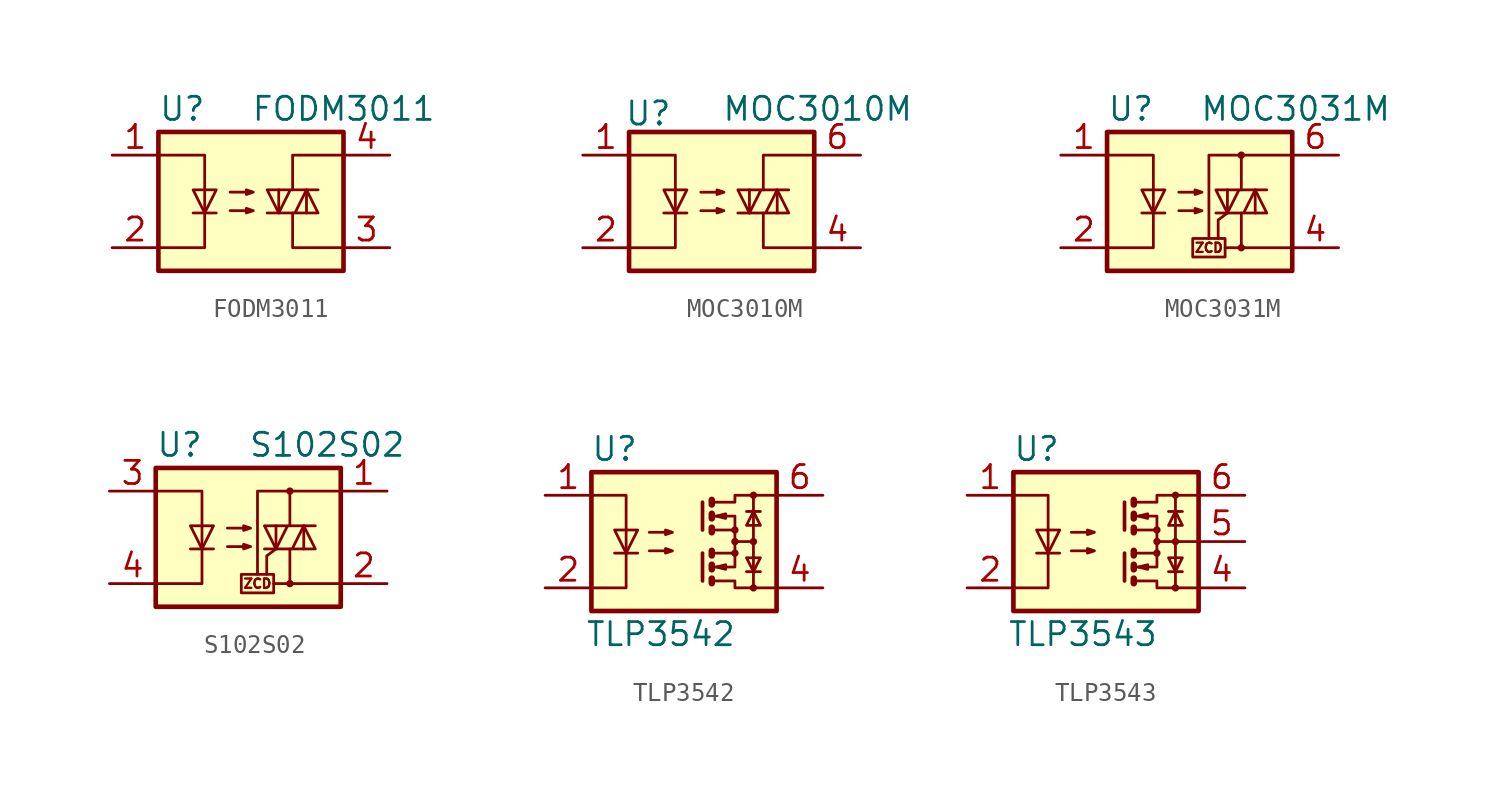
<source format=kicad_sym>
(kicad_symbol_lib
  (version 20231120)
  (generator "kicad_symbol_editor")
  (generator_version "8.0")
  (symbol "FODM3011"
    (property "Reference" "U"
      (at -5.08 5.08 0)
      (effects (font (size 1.27 1.27)) (justify left)))
    (property "Value" "FODM3011"
      (at 0 5.08 0)
      (effects (font (size 1.27 1.27)) (justify left)))
    (symbol "FODM3011_0_1"
      (rectangle (start -5.08 3.81) (end 5.08 -3.81) (stroke (width 0.254) (type default)) (fill (type background)))
      (polyline (pts (xy -3.175 -0.635) (xy -1.905 -0.635)) (stroke (width 0) (type default)) (fill (type none)))
      (polyline (pts (xy 1.524 -0.635) (xy 1.524 0.635)) (stroke (width 0) (type default)) (fill (type none)))
      (polyline (pts (xy 3.048 0.635) (xy 3.048 -0.635)) (stroke (width 0) (type default)) (fill (type none)))
      (polyline (pts (xy 2.286 -0.635) (xy 2.286 -2.54) (xy 5.08 -2.54)) (stroke (width 0) (type default)) (fill (type none)))
      (polyline (pts (xy 2.286 0.635) (xy 2.286 2.54) (xy 5.08 2.54)) (stroke (width 0) (type default)) (fill (type none)))
      (polyline (pts (xy -5.08 2.54) (xy -2.54 2.54) (xy -2.54 -2.54) (xy -5.08 -2.54)) (stroke (width 0) (type default)) (fill (type none)))
      (polyline (pts (xy -2.54 -0.635) (xy -3.175 0.635) (xy -1.905 0.635) (xy -2.54 -0.635)) (stroke (width 0) (type default)) (fill (type none)))
      (polyline (pts (xy 0.889 -0.635) (xy 3.683 -0.635) (xy 3.048 0.635) (xy 2.413 -0.635)) (stroke (width 0) (type default)) (fill (type none)))
      (polyline (pts (xy 3.683 0.635) (xy 0.889 0.635) (xy 1.524 -0.635) (xy 2.159 0.635)) (stroke (width 0) (type default)) (fill (type none)))
      (polyline (pts (xy -1.143 -0.508) (xy 0.127 -0.508) (xy -0.254 -0.635) (xy -0.254 -0.381) (xy 0.127 -0.508)) (stroke (width 0) (type default)) (fill (type none)))
      (polyline (pts (xy -1.143 0.508) (xy 0.127 0.508) (xy -0.254 0.381) (xy -0.254 0.635) (xy 0.127 0.508)) (stroke (width 0) (type default)) (fill (type none))))
    (symbol "FODM3011_1_1"
      (pin passive line (at -7.62 2.54 0) (length 2.54) (name "~" (effects (font (size 1.27 1.27)))) (number "1" (effects (font (size 1.27 1.27)))))
      (pin passive line (at -7.62 -2.54 0) (length 2.54) (name "~" (effects (font (size 1.27 1.27)))) (number "2" (effects (font (size 1.27 1.27)))))
      (pin passive line (at 7.62 -2.54 180) (length 2.54) (name "~" (effects (font (size 1.27 1.27)))) (number "3" (effects (font (size 1.27 1.27)))))
      (pin passive line (at 7.62 2.54 180) (length 2.54) (name "~" (effects (font (size 1.27 1.27)))) (number "4" (effects (font (size 1.27 1.27)))))))
  (symbol "MOC3010M"
    (property "Reference" "U"
      (at -5.334 4.826 0)
      (effects (font (size 1.27 1.27)) (justify left)))
    (property "Value" "MOC3010M"
      (at 0 5.08 0)
      (effects (font (size 1.27 1.27)) (justify left)))
    (symbol "MOC3010M_0_1"
      (rectangle (start -5.08 3.81) (end 5.08 -3.81) (stroke (width 0.254) (type default)) (fill (type background)))
      (polyline (pts (xy -3.175 -0.635) (xy -1.905 -0.635)) (stroke (width 0) (type default)) (fill (type none)))
      (polyline (pts (xy 1.524 -0.635) (xy 1.524 0.635)) (stroke (width 0) (type default)) (fill (type none)))
      (polyline (pts (xy 3.048 0.635) (xy 3.048 -0.635)) (stroke (width 0) (type default)) (fill (type none)))
      (polyline (pts (xy 2.286 -0.635) (xy 2.286 -2.54) (xy 5.08 -2.54)) (stroke (width 0) (type default)) (fill (type none)))
      (polyline (pts (xy 2.286 0.635) (xy 2.286 2.54) (xy 5.08 2.54)) (stroke (width 0) (type default)) (fill (type none)))
      (polyline (pts (xy -5.08 2.54) (xy -2.54 2.54) (xy -2.54 -2.54) (xy -5.08 -2.54)) (stroke (width 0) (type default)) (fill (type none)))
      (polyline (pts (xy -2.54 -0.635) (xy -3.175 0.635) (xy -1.905 0.635) (xy -2.54 -0.635)) (stroke (width 0) (type default)) (fill (type none)))
      (polyline (pts (xy 0.889 -0.635) (xy 3.683 -0.635) (xy 3.048 0.635) (xy 2.413 -0.635)) (stroke (width 0) (type default)) (fill (type none)))
      (polyline (pts (xy 3.683 0.635) (xy 0.889 0.635) (xy 1.524 -0.635) (xy 2.159 0.635)) (stroke (width 0) (type default)) (fill (type none)))
      (polyline (pts (xy -1.143 -0.508) (xy 0.127 -0.508) (xy -0.254 -0.635) (xy -0.254 -0.381) (xy 0.127 -0.508)) (stroke (width 0) (type default)) (fill (type none)))
      (polyline (pts (xy -1.143 0.508) (xy 0.127 0.508) (xy -0.254 0.381) (xy -0.254 0.635) (xy 0.127 0.508)) (stroke (width 0) (type default)) (fill (type none))))
    (symbol "MOC3010M_1_1"
      (pin passive line (at -7.62 2.54 0) (length 2.54) (name "~" (effects (font (size 1.27 1.27)))) (number "1" (effects (font (size 1.27 1.27)))))
      (pin passive line (at -7.62 -2.54 0) (length 2.54) (name "~" (effects (font (size 1.27 1.27)))) (number "2" (effects (font (size 1.27 1.27)))))
      (pin no_connect line (at -5.08 0 0) (length 2.54) hide (name "NC" (effects (font (size 1.27 1.27)))) (number "3" (effects (font (size 1.27 1.27)))))
      (pin passive line (at 7.62 -2.54 180) (length 2.54) (name "~" (effects (font (size 1.27 1.27)))) (number "4" (effects (font (size 1.27 1.27)))))
      (pin no_connect line (at 5.08 0 180) (length 2.54) hide (name "NC" (effects (font (size 1.27 1.27)))) (number "5" (effects (font (size 1.27 1.27)))))
      (pin passive line (at 7.62 2.54 180) (length 2.54) (name "~" (effects (font (size 1.27 1.27)))) (number "6" (effects (font (size 1.27 1.27)))))))
  (symbol "MOC3031M"
    (property "Reference" "U"
      (at -5.08 5.08 0)
      (effects (font (size 1.27 1.27)) (justify left)))
    (property "Value" "MOC3031M"
      (at 0 5.08 0)
      (effects (font (size 1.27 1.27)) (justify left)))
    (symbol "MOC3031M_0_0"
      (rectangle (start -0.381 -2.032) (end 1.397 -3.048) (stroke (width 0) (type default)) (fill (type none)))
      (polyline (pts (xy 2.286 -2.54) (xy 1.397 -2.54)) (stroke (width 0) (type default)) (fill (type none)))
      (polyline (pts (xy 1.524 -0.635) (xy 1.016 -1.016) (xy 1.016 -2.032)) (stroke (width 0) (type default)) (fill (type none)))
      (text "ZCD" (at 0.508 -2.54 0) (effects (font (size 0.508 0.508)))))
    (symbol "MOC3031M_0_1"
      (rectangle (start -5.08 3.81) (end 5.08 -3.81) (stroke (width 0.254) (type default)) (fill (type background)))
      (polyline (pts (xy -3.175 -0.635) (xy -1.905 -0.635)) (stroke (width 0) (type default)) (fill (type none)))
      (polyline (pts (xy 1.524 -0.635) (xy 1.524 0.635)) (stroke (width 0) (type default)) (fill (type none)))
      (polyline (pts (xy 3.048 0.635) (xy 3.048 -0.635)) (stroke (width 0) (type default)) (fill (type none)))
      (polyline (pts (xy 2.286 -0.635) (xy 2.286 -2.54) (xy 5.08 -2.54)) (stroke (width 0) (type default)) (fill (type none)))
      (polyline (pts (xy 2.286 0.635) (xy 2.286 2.54) (xy 5.08 2.54)) (stroke (width 0) (type default)) (fill (type none)))
      (polyline (pts (xy 2.286 2.54) (xy 0.508 2.54) (xy 0.508 -2.032)) (stroke (width 0) (type default)) (fill (type none)))
      (polyline (pts (xy -5.08 2.54) (xy -2.54 2.54) (xy -2.54 -2.54) (xy -5.08 -2.54)) (stroke (width 0) (type default)) (fill (type none)))
      (polyline (pts (xy -2.54 -0.635) (xy -3.175 0.635) (xy -1.905 0.635) (xy -2.54 -0.635)) (stroke (width 0) (type default)) (fill (type none)))
      (polyline (pts (xy 0.889 -0.635) (xy 3.683 -0.635) (xy 3.048 0.635) (xy 2.413 -0.635)) (stroke (width 0) (type default)) (fill (type none)))
      (polyline (pts (xy 3.683 0.635) (xy 0.889 0.635) (xy 1.524 -0.635) (xy 2.159 0.635)) (stroke (width 0) (type default)) (fill (type none)))
      (polyline (pts (xy -1.143 -0.508) (xy 0.127 -0.508) (xy -0.254 -0.635) (xy -0.254 -0.381) (xy 0.127 -0.508)) (stroke (width 0) (type default)) (fill (type none)))
      (polyline (pts (xy -1.143 0.508) (xy 0.127 0.508) (xy -0.254 0.381) (xy -0.254 0.635) (xy 0.127 0.508)) (stroke (width 0) (type default)) (fill (type none)))
      (circle (center 2.286 -2.54) (radius 0.127) (stroke (width 0) (type default)) (fill (type none)))
      (circle (center 2.286 2.54) (radius 0.127) (stroke (width 0) (type default)) (fill (type none))))
    (symbol "MOC3031M_1_1"
      (pin passive line (at -7.62 2.54 0) (length 2.54) (name "~" (effects (font (size 1.27 1.27)))) (number "1" (effects (font (size 1.27 1.27)))))
      (pin passive line (at -7.62 -2.54 0) (length 2.54) (name "~" (effects (font (size 1.27 1.27)))) (number "2" (effects (font (size 1.27 1.27)))))
      (pin no_connect line (at -5.08 0 0) (length 2.54) hide (name "NC" (effects (font (size 1.27 1.27)))) (number "3" (effects (font (size 1.27 1.27)))))
      (pin passive line (at 7.62 -2.54 180) (length 2.54) (name "~" (effects (font (size 1.27 1.27)))) (number "4" (effects (font (size 1.27 1.27)))))
      (pin no_connect line (at 5.08 0 180) (length 2.54) hide (name "NC" (effects (font (size 1.27 1.27)))) (number "5" (effects (font (size 1.27 1.27)))))
      (pin passive line (at 7.62 2.54 180) (length 2.54) (name "~" (effects (font (size 1.27 1.27)))) (number "6" (effects (font (size 1.27 1.27)))))))
  (symbol "S102S02"
    (property "Reference" "U"
      (at -5.08 5.08 0)
      (effects (font (size 1.27 1.27)) (justify left)))
    (property "Value" "S102S02"
      (at 0 5.08 0)
      (effects (font (size 1.27 1.27)) (justify left)))
    (symbol "S102S02_0_0"
      (rectangle (start -0.381 -2.032) (end 1.397 -3.048) (stroke (width 0) (type default)) (fill (type none)))
      (polyline (pts (xy 2.286 -2.54) (xy 1.397 -2.54)) (stroke (width 0) (type default)) (fill (type none)))
      (polyline (pts (xy 1.524 -0.635) (xy 1.016 -1.016) (xy 1.016 -2.032)) (stroke (width 0) (type default)) (fill (type none)))
      (text "ZCD" (at 0.508 -2.54 0) (effects (font (size 0.508 0.508)))))
    (symbol "S102S02_0_1"
      (rectangle (start -5.08 3.81) (end 5.08 -3.81) (stroke (width 0.254) (type default)) (fill (type background)))
      (polyline (pts (xy -3.175 -0.635) (xy -1.905 -0.635)) (stroke (width 0) (type default)) (fill (type none)))
      (polyline (pts (xy 1.524 -0.635) (xy 1.524 0.635)) (stroke (width 0) (type default)) (fill (type none)))
      (polyline (pts (xy 3.048 0.635) (xy 3.048 -0.635)) (stroke (width 0) (type default)) (fill (type none)))
      (polyline (pts (xy 2.286 -0.635) (xy 2.286 -2.54) (xy 5.08 -2.54)) (stroke (width 0) (type default)) (fill (type none)))
      (polyline (pts (xy 2.286 0.635) (xy 2.286 2.54) (xy 5.08 2.54)) (stroke (width 0) (type default)) (fill (type none)))
      (polyline (pts (xy 2.286 2.54) (xy 0.508 2.54) (xy 0.508 -2.032)) (stroke (width 0) (type default)) (fill (type none)))
      (polyline (pts (xy -5.08 2.54) (xy -2.54 2.54) (xy -2.54 -2.54) (xy -5.08 -2.54)) (stroke (width 0) (type default)) (fill (type none)))
      (polyline (pts (xy -2.54 -0.635) (xy -3.175 0.635) (xy -1.905 0.635) (xy -2.54 -0.635)) (stroke (width 0) (type default)) (fill (type none)))
      (polyline (pts (xy 0.889 -0.635) (xy 3.683 -0.635) (xy 3.048 0.635) (xy 2.413 -0.635)) (stroke (width 0) (type default)) (fill (type none)))
      (polyline (pts (xy 3.683 0.635) (xy 0.889 0.635) (xy 1.524 -0.635) (xy 2.159 0.635)) (stroke (width 0) (type default)) (fill (type none)))
      (polyline (pts (xy -1.143 -0.508) (xy 0.127 -0.508) (xy -0.254 -0.635) (xy -0.254 -0.381) (xy 0.127 -0.508)) (stroke (width 0) (type default)) (fill (type none)))
      (polyline (pts (xy -1.143 0.508) (xy 0.127 0.508) (xy -0.254 0.381) (xy -0.254 0.635) (xy 0.127 0.508)) (stroke (width 0) (type default)) (fill (type none)))
      (circle (center 2.286 -2.54) (radius 0.127) (stroke (width 0) (type default)) (fill (type none)))
      (circle (center 2.286 2.54) (radius 0.127) (stroke (width 0) (type default)) (fill (type none))))
    (symbol "S102S02_1_1"
      (pin passive line (at 7.62 2.54 180) (length 2.54) (name "~" (effects (font (size 1.27 1.27)))) (number "1" (effects (font (size 1.27 1.27)))))
      (pin passive line (at 7.62 -2.54 180) (length 2.54) (name "~" (effects (font (size 1.27 1.27)))) (number "2" (effects (font (size 1.27 1.27)))))
      (pin passive line (at -7.62 2.54 0) (length 2.54) (name "~" (effects (font (size 1.27 1.27)))) (number "3" (effects (font (size 1.27 1.27)))))
      (pin passive line (at -7.62 -2.54 0) (length 2.54) (name "~" (effects (font (size 1.27 1.27)))) (number "4" (effects (font (size 1.27 1.27)))))))
  (symbol "TLP3542"
    (property "Reference" "U"
      (at -3.81 5.08 0)
      (effects (font (size 1.27 1.27))))
    (property "Value" "TLP3542"
      (at -1.27 -5.08 0)
      (effects (font (size 1.27 1.27))))
    (symbol "TLP3542_0_1"
      (rectangle (start -5.08 3.81) (end 5.08 -3.81) (stroke (width 0.254) (type default)) (fill (type background)))
      (polyline (pts (xy -3.81 -0.635) (xy -2.54 -0.635)) (stroke (width 0) (type default)) (fill (type none)))
      (polyline (pts (xy 1.016 -0.635) (xy 1.016 -2.159)) (stroke (width 0.203) (type default)) (fill (type none)))
      (polyline (pts (xy 1.016 2.159) (xy 1.016 0.635)) (stroke (width 0.203) (type default)) (fill (type none)))
      (polyline (pts (xy 1.524 -0.508) (xy 1.524 -0.762)) (stroke (width 0.356) (type default)) (fill (type none)))
      (polyline (pts (xy 2.794 0) (xy 3.81 0)) (stroke (width 0) (type default)) (fill (type none)))
      (polyline (pts (xy 3.429 -1.651) (xy 4.191 -1.651)) (stroke (width 0) (type default)) (fill (type none)))
      (polyline (pts (xy 3.429 1.651) (xy 4.191 1.651)) (stroke (width 0) (type default)) (fill (type none)))
      (polyline (pts (xy 3.81 -2.54) (xy 3.81 2.54)) (stroke (width 0) (type default)) (fill (type none)))
      (polyline (pts (xy 1.524 -2.032) (xy 1.524 -2.286) (xy 1.524 -2.286)) (stroke (width 0.356) (type default)) (fill (type none)))
      (polyline (pts (xy 1.524 -1.27) (xy 1.524 -1.524) (xy 1.524 -1.524)) (stroke (width 0.356) (type default)) (fill (type none)))
      (polyline (pts (xy 1.524 0.762) (xy 1.524 0.508) (xy 1.524 0.508)) (stroke (width 0.356) (type default)) (fill (type none)))
      (polyline (pts (xy 1.524 1.524) (xy 1.524 1.27) (xy 1.524 1.27)) (stroke (width 0.356) (type default)) (fill (type none)))
      (polyline (pts (xy 1.524 2.286) (xy 1.524 2.032) (xy 1.524 2.032)) (stroke (width 0.356) (type default)) (fill (type none)))
      (polyline (pts (xy 1.651 -1.397) (xy 2.794 -1.397) (xy 2.794 -0.635)) (stroke (width 0) (type default)) (fill (type none)))
      (polyline (pts (xy 1.651 1.397) (xy 2.794 1.397) (xy 2.794 0.635)) (stroke (width 0) (type default)) (fill (type none)))
      (polyline (pts (xy -5.08 2.54) (xy -3.175 2.54) (xy -3.175 -2.54) (xy -5.08 -2.54)) (stroke (width 0) (type default)) (fill (type none)))
      (polyline (pts (xy -3.175 -0.635) (xy -3.81 0.635) (xy -2.54 0.635) (xy -3.175 -0.635)) (stroke (width 0) (type default)) (fill (type none)))
      (polyline (pts (xy 1.651 -2.159) (xy 2.794 -2.159) (xy 2.794 -2.54) (xy 5.08 -2.54)) (stroke (width 0) (type default)) (fill (type none)))
      (polyline (pts (xy 1.651 -0.635) (xy 2.794 -0.635) (xy 2.794 0.635) (xy 1.651 0.635)) (stroke (width 0) (type default)) (fill (type none)))
      (polyline (pts (xy 1.651 2.159) (xy 2.794 2.159) (xy 2.794 2.54) (xy 5.08 2.54)) (stroke (width 0) (type default)) (fill (type none)))
      (polyline (pts (xy 1.778 -1.397) (xy 2.286 -1.27) (xy 2.286 -1.524) (xy 1.778 -1.397)) (stroke (width 0) (type default)) (fill (type none)))
      (polyline (pts (xy 1.778 1.397) (xy 2.286 1.524) (xy 2.286 1.27) (xy 1.778 1.397)) (stroke (width 0) (type default)) (fill (type none)))
      (polyline (pts (xy 3.81 -1.651) (xy 3.429 -0.889) (xy 4.191 -0.889) (xy 3.81 -1.651)) (stroke (width 0) (type default)) (fill (type none)))
      (polyline (pts (xy 3.81 1.651) (xy 3.429 0.889) (xy 4.191 0.889) (xy 3.81 1.651)) (stroke (width 0) (type default)) (fill (type none)))
      (polyline (pts (xy -1.905 -0.508) (xy -0.635 -0.508) (xy -1.016 -0.635) (xy -1.016 -0.381) (xy -0.635 -0.508)) (stroke (width 0) (type default)) (fill (type none)))
      (polyline (pts (xy -1.905 0.508) (xy -0.635 0.508) (xy -1.016 0.381) (xy -1.016 0.635) (xy -0.635 0.508)) (stroke (width 0) (type default)) (fill (type none)))
      (circle (center 2.794 -0.635) (radius 0.127) (stroke (width 0) (type default)) (fill (type none)))
      (circle (center 2.794 0) (radius 0.127) (stroke (width 0) (type default)) (fill (type none)))
      (circle (center 2.794 0.635) (radius 0.127) (stroke (width 0) (type default)) (fill (type none)))
      (circle (center 3.81 -2.54) (radius 0.127) (stroke (width 0) (type default)) (fill (type none)))
      (circle (center 3.81 0) (radius 0.127) (stroke (width 0) (type default)) (fill (type none)))
      (circle (center 3.81 2.54) (radius 0.127) (stroke (width 0) (type default)) (fill (type none))))
    (symbol "TLP3542_1_1"
      (pin passive line (at -7.62 2.54 0) (length 2.54) (name "~" (effects (font (size 1.27 1.27)))) (number "1" (effects (font (size 1.27 1.27)))))
      (pin passive line (at -7.62 -2.54 0) (length 2.54) (name "~" (effects (font (size 1.27 1.27)))) (number "2" (effects (font (size 1.27 1.27)))))
      (pin no_connect line (at -5.08 0 0) (length 2.54) hide (name "~" (effects (font (size 1.27 1.27)))) (number "3" (effects (font (size 1.27 1.27)))))
      (pin passive line (at 7.62 -2.54 180) (length 2.54) (name "~" (effects (font (size 1.27 1.27)))) (number "4" (effects (font (size 1.27 1.27)))))
      (pin passive line (at 7.62 2.54 180) (length 2.54) (name "~" (effects (font (size 1.27 1.27)))) (number "6" (effects (font (size 1.27 1.27)))))))
  (symbol "TLP3543"
    (property "Reference" "U"
      (at -3.81 5.08 0)
      (effects (font (size 1.27 1.27))))
    (property "Value" "TLP3543"
      (at -1.27 -5.08 0)
      (effects (font (size 1.27 1.27))))
    (symbol "TLP3543_0_1"
      (rectangle (start -5.08 3.81) (end 5.08 -3.81) (stroke (width 0.254) (type default)) (fill (type background)))
      (polyline (pts (xy -3.81 -0.635) (xy -2.54 -0.635)) (stroke (width 0) (type default)) (fill (type none)))
      (polyline (pts (xy 1.016 -0.635) (xy 1.016 -2.159)) (stroke (width 0.203) (type default)) (fill (type none)))
      (polyline (pts (xy 1.016 2.159) (xy 1.016 0.635)) (stroke (width 0.203) (type default)) (fill (type none)))
      (polyline (pts (xy 1.524 -0.508) (xy 1.524 -0.762)) (stroke (width 0.356) (type default)) (fill (type none)))
      (polyline (pts (xy 2.794 0) (xy 5.08 0)) (stroke (width 0) (type default)) (fill (type none)))
      (polyline (pts (xy 3.429 -1.651) (xy 4.191 -1.651)) (stroke (width 0) (type default)) (fill (type none)))
      (polyline (pts (xy 3.429 1.651) (xy 4.191 1.651)) (stroke (width 0) (type default)) (fill (type none)))
      (polyline (pts (xy 3.81 -2.54) (xy 3.81 2.54)) (stroke (width 0) (type default)) (fill (type none)))
      (polyline (pts (xy 1.524 -2.032) (xy 1.524 -2.286) (xy 1.524 -2.286)) (stroke (width 0.356) (type default)) (fill (type none)))
      (polyline (pts (xy 1.524 -1.27) (xy 1.524 -1.524) (xy 1.524 -1.524)) (stroke (width 0.356) (type default)) (fill (type none)))
      (polyline (pts (xy 1.524 0.762) (xy 1.524 0.508) (xy 1.524 0.508)) (stroke (width 0.356) (type default)) (fill (type none)))
      (polyline (pts (xy 1.524 1.524) (xy 1.524 1.27) (xy 1.524 1.27)) (stroke (width 0.356) (type default)) (fill (type none)))
      (polyline (pts (xy 1.524 2.286) (xy 1.524 2.032) (xy 1.524 2.032)) (stroke (width 0.356) (type default)) (fill (type none)))
      (polyline (pts (xy 1.651 -1.397) (xy 2.794 -1.397) (xy 2.794 -0.635)) (stroke (width 0) (type default)) (fill (type none)))
      (polyline (pts (xy 1.651 1.397) (xy 2.794 1.397) (xy 2.794 0.635)) (stroke (width 0) (type default)) (fill (type none)))
      (polyline (pts (xy -5.08 2.54) (xy -3.175 2.54) (xy -3.175 -2.54) (xy -5.08 -2.54)) (stroke (width 0) (type default)) (fill (type none)))
      (polyline (pts (xy -3.175 -0.635) (xy -3.81 0.635) (xy -2.54 0.635) (xy -3.175 -0.635)) (stroke (width 0) (type default)) (fill (type none)))
      (polyline (pts (xy 1.651 -2.159) (xy 2.794 -2.159) (xy 2.794 -2.54) (xy 5.08 -2.54)) (stroke (width 0) (type default)) (fill (type none)))
      (polyline (pts (xy 1.651 -0.635) (xy 2.794 -0.635) (xy 2.794 0.635) (xy 1.651 0.635)) (stroke (width 0) (type default)) (fill (type none)))
      (polyline (pts (xy 1.651 2.159) (xy 2.794 2.159) (xy 2.794 2.54) (xy 5.08 2.54)) (stroke (width 0) (type default)) (fill (type none)))
      (polyline (pts (xy 1.778 -1.397) (xy 2.286 -1.27) (xy 2.286 -1.524) (xy 1.778 -1.397)) (stroke (width 0) (type default)) (fill (type none)))
      (polyline (pts (xy 1.778 1.397) (xy 2.286 1.524) (xy 2.286 1.27) (xy 1.778 1.397)) (stroke (width 0) (type default)) (fill (type none)))
      (polyline (pts (xy 3.81 -1.651) (xy 3.429 -0.889) (xy 4.191 -0.889) (xy 3.81 -1.651)) (stroke (width 0) (type default)) (fill (type none)))
      (polyline (pts (xy 3.81 1.651) (xy 3.429 0.889) (xy 4.191 0.889) (xy 3.81 1.651)) (stroke (width 0) (type default)) (fill (type none)))
      (polyline (pts (xy -1.905 -0.508) (xy -0.635 -0.508) (xy -1.016 -0.635) (xy -1.016 -0.381) (xy -0.635 -0.508)) (stroke (width 0) (type default)) (fill (type none)))
      (polyline (pts (xy -1.905 0.508) (xy -0.635 0.508) (xy -1.016 0.381) (xy -1.016 0.635) (xy -0.635 0.508)) (stroke (width 0) (type default)) (fill (type none)))
      (circle (center 2.794 -0.635) (radius 0.127) (stroke (width 0) (type default)) (fill (type none)))
      (circle (center 2.794 0) (radius 0.127) (stroke (width 0) (type default)) (fill (type none)))
      (circle (center 2.794 0.635) (radius 0.127) (stroke (width 0) (type default)) (fill (type none)))
      (circle (center 3.81 -2.54) (radius 0.127) (stroke (width 0) (type default)) (fill (type none)))
      (circle (center 3.81 0) (radius 0.127) (stroke (width 0) (type default)) (fill (type none)))
      (circle (center 3.81 2.54) (radius 0.127) (stroke (width 0) (type default)) (fill (type none))))
    (symbol "TLP3543_1_1"
      (pin passive line (at -7.62 2.54 0) (length 2.54) (name "~" (effects (font (size 1.27 1.27)))) (number "1" (effects (font (size 1.27 1.27)))))
      (pin passive line (at -7.62 -2.54 0) (length 2.54) (name "~" (effects (font (size 1.27 1.27)))) (number "2" (effects (font (size 1.27 1.27)))))
      (pin no_connect line (at -5.08 0 0) (length 2.54) hide (name "~" (effects (font (size 1.27 1.27)))) (number "3" (effects (font (size 1.27 1.27)))))
      (pin passive line (at 7.62 -2.54 180) (length 2.54) (name "~" (effects (font (size 1.27 1.27)))) (number "4" (effects (font (size 1.27 1.27)))))
      (pin passive line (at 7.62 0 180) (length 2.54) (name "~" (effects (font (size 1.27 1.27)))) (number "5" (effects (font (size 1.27 1.27)))))
      (pin passive line (at 7.62 2.54 180) (length 2.54) (name "~" (effects (font (size 1.27 1.27)))) (number "6" (effects (font (size 1.27 1.27))))))))
</source>
